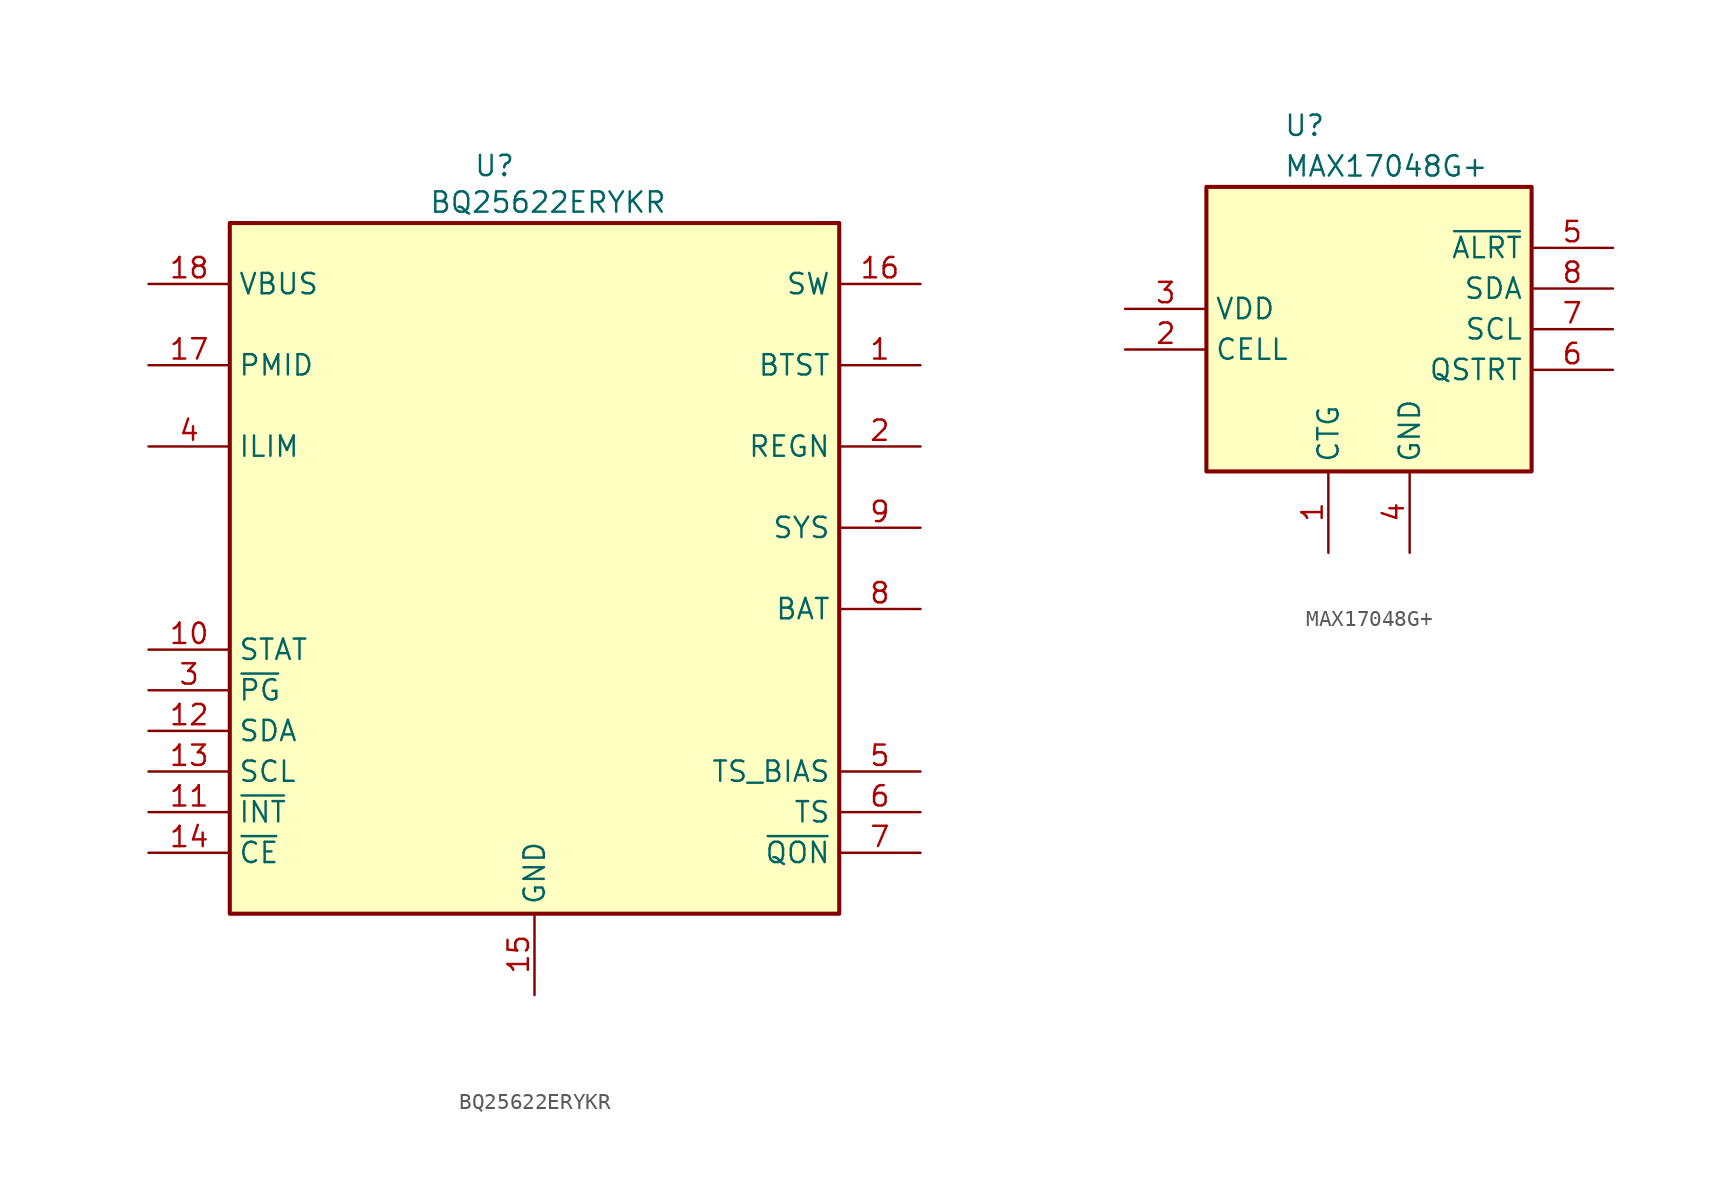
<source format=kicad_sym>
(kicad_symbol_lib
  (version 20241209)
  (generator "kicad_symbol_editor")
  (generator_version "9.0")
  (symbol "BQ25622ERYKR"
    (property "Reference" "U"
      (at 20.32 6.858 0)
      (effects (font (size 1.27 1.27)) (justify left top)))
    (property "Value" "BQ25622ERYKR"
      (at 17.526 4.572 0)
      (effects (font (size 1.27 1.27)) (justify left top)))
    (symbol "BQ25622ERYKR_1_1"
      (rectangle (start 5.08 2.54) (end 43.18 -40.64) (stroke (width 0.254) (type default)) (fill (type background)))
      (pin passive line (at 0 -1.27 0) (length 5.08) (name "VBUS" (effects (font (size 1.27 1.27)))) (number "18" (effects (font (size 1.27 1.27)))))
      (pin passive line (at 0 -6.35 0) (length 5.08) (name "PMID" (effects (font (size 1.27 1.27)))) (number "17" (effects (font (size 1.27 1.27)))))
      (pin passive line (at 0 -11.43 0) (length 5.08) (name "ILIM" (effects (font (size 1.27 1.27)))) (number "4" (effects (font (size 1.27 1.27)))))
      (pin passive line (at 0 -24.13 0) (length 5.08) (name "STAT" (effects (font (size 1.27 1.27)))) (number "10" (effects (font (size 1.27 1.27)))))
      (pin passive line (at 0 -26.67 0) (length 5.08) (name "~{PG}" (effects (font (size 1.27 1.27)))) (number "3" (effects (font (size 1.27 1.27)))))
      (pin passive line (at 0 -29.21 0) (length 5.08) (name "SDA" (effects (font (size 1.27 1.27)))) (number "12" (effects (font (size 1.27 1.27)))))
      (pin passive line (at 0 -31.75 0) (length 5.08) (name "SCL" (effects (font (size 1.27 1.27)))) (number "13" (effects (font (size 1.27 1.27)))))
      (pin passive line (at 0 -34.29 0) (length 5.08) (name "~{INT}" (effects (font (size 1.27 1.27)))) (number "11" (effects (font (size 1.27 1.27)))))
      (pin passive line (at 0 -36.83 0) (length 5.08) (name "~{CE}" (effects (font (size 1.27 1.27)))) (number "14" (effects (font (size 1.27 1.27)))))
      (pin passive line (at 24.13 -45.72 90) (length 5.08) (name "GND" (effects (font (size 1.27 1.27)))) (number "15" (effects (font (size 1.27 1.27)))))
      (pin passive line (at 48.26 -1.27 180) (length 5.08) (name "SW" (effects (font (size 1.27 1.27)))) (number "16" (effects (font (size 1.27 1.27)))))
      (pin passive line (at 48.26 -6.35 180) (length 5.08) (name "BTST" (effects (font (size 1.27 1.27)))) (number "1" (effects (font (size 1.27 1.27)))))
      (pin passive line (at 48.26 -11.43 180) (length 5.08) (name "REGN" (effects (font (size 1.27 1.27)))) (number "2" (effects (font (size 1.27 1.27)))))
      (pin passive line (at 48.26 -16.51 180) (length 5.08) (name "SYS" (effects (font (size 1.27 1.27)))) (number "9" (effects (font (size 1.27 1.27)))))
      (pin passive line (at 48.26 -21.59 180) (length 5.08) (name "BAT" (effects (font (size 1.27 1.27)))) (number "8" (effects (font (size 1.27 1.27)))))
      (pin passive line (at 48.26 -31.75 180) (length 5.08) (name "TS_BIAS" (effects (font (size 1.27 1.27)))) (number "5" (effects (font (size 1.27 1.27)))))
      (pin passive line (at 48.26 -34.29 180) (length 5.08) (name "TS" (effects (font (size 1.27 1.27)))) (number "6" (effects (font (size 1.27 1.27)))))
      (pin passive line (at 48.26 -36.83 180) (length 5.08) (name "~{QON}" (effects (font (size 1.27 1.27)))) (number "7" (effects (font (size 1.27 1.27)))))))
  (symbol "MAX17048G+"
    (property "Reference" "U"
      (at 9.906 7.112 0)
      (effects (font (size 1.27 1.27)) (justify left top)))
    (property "Value" "MAX17048G+"
      (at 9.906 4.572 0)
      (effects (font (size 1.27 1.27)) (justify left top)))
    (symbol "MAX17048G+_1_1"
      (rectangle (start 5.08 2.54) (end 25.4 -15.24) (stroke (width 0.254) (type default)) (fill (type background)))
      (pin passive line (at 0 -5.08 0) (length 5.08) (name "VDD" (effects (font (size 1.27 1.27)))) (number "3" (effects (font (size 1.27 1.27)))))
      (pin passive line (at 0 -7.62 0) (length 5.08) (name "CELL" (effects (font (size 1.27 1.27)))) (number "2" (effects (font (size 1.27 1.27)))))
      (pin passive line (at 12.7 -20.32 90) (length 5.08) (name "CTG" (effects (font (size 1.27 1.27)))) (number "1" (effects (font (size 1.27 1.27)))))
      (pin passive line (at 17.78 -20.32 90) (length 5.08) (name "GND" (effects (font (size 1.27 1.27)))) (number "4" (effects (font (size 1.27 1.27)))))
      (pin passive line (at 17.78 -20.32 90) (length 5.08) (hide yes) (name "EP" (effects (font (size 1.27 1.27)))) (number "9" (effects (font (size 1.27 1.27)))))
      (pin passive line (at 30.48 -1.27 180) (length 5.08) (name "~{ALRT}" (effects (font (size 1.27 1.27)))) (number "5" (effects (font (size 1.27 1.27)))))
      (pin passive line (at 30.48 -3.81 180) (length 5.08) (name "SDA" (effects (font (size 1.27 1.27)))) (number "8" (effects (font (size 1.27 1.27)))))
      (pin passive line (at 30.48 -6.35 180) (length 5.08) (name "SCL" (effects (font (size 1.27 1.27)))) (number "7" (effects (font (size 1.27 1.27)))))
      (pin passive line (at 30.48 -8.89 180) (length 5.08) (name "QSTRT" (effects (font (size 1.27 1.27)))) (number "6" (effects (font (size 1.27 1.27))))))))
</source>
